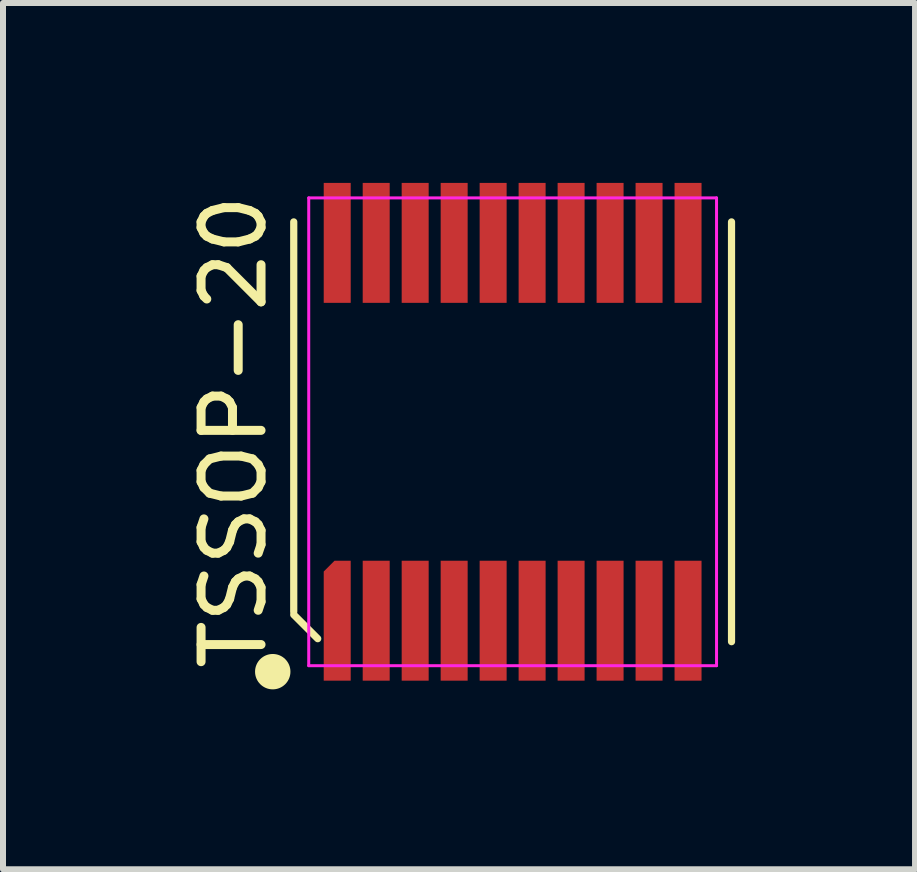
<source format=kicad_pcb>
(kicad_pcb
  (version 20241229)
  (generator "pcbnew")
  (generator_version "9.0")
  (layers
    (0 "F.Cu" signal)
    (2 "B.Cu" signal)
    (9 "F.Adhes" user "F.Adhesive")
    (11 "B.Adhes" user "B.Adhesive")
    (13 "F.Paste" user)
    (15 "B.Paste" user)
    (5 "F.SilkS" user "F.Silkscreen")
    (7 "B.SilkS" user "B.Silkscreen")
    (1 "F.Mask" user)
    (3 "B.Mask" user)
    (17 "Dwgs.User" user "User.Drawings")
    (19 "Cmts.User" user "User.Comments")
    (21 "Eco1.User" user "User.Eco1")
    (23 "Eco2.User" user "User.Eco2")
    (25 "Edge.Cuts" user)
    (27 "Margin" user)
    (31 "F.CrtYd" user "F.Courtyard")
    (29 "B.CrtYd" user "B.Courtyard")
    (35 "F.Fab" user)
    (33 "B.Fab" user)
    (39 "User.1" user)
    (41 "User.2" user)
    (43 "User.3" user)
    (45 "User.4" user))
  (footprint "TSSOP-20"
    (layer "F.Cu")
    (at 5.498 4.15)
    (property "Reference" "TSSOP-20" (at -4.65 0 90) (layer "F.SilkS") (effects (font (size 1 1) (thickness 0.15))))
    (attr through_hole)
    (fp_line (start -3.65 3) (end -3.65 -3.5) (stroke (width 0.12) (type solid)) (layer "F.SilkS"))
    (fp_line (start -3.25 3.45) (end -3.65 3.05) (stroke (width 0.12) (type solid)) (layer "F.SilkS"))
    (fp_line (start 3.65 -3.5) (end 3.65 3.5) (stroke (width 0.12) (type solid)) (layer "F.SilkS"))
    (fp_circle (center -4 4) (end -3.855 4) (stroke (width 0.3) (type solid)) (fill yes) (layer "F.SilkS"))
    (fp_line (start -3.4 -3.9) (end 3.4 -3.9) (stroke (width 0.05) (type solid)) (layer "F.CrtYd"))
    (fp_line (start -3.4 3.9) (end -3.4 -3.9) (stroke (width 0.05) (type solid)) (layer "F.CrtYd"))
    (fp_line (start 3.4 -3.9) (end 3.4 3.9) (stroke (width 0.05) (type solid)) (layer "F.CrtYd"))
    (fp_line (start 3.4 3.9) (end -3.4 3.9) (stroke (width 0.05) (type solid)) (layer "F.CrtYd"))
    (pad "1" smd roundrect (at -2.925 2.9) (size 0.45 2) (drill (offset 0 0.25)) (layers "F.Cu" "F.Mask" "F.Paste") (roundrect_rratio 0) (chamfer_ratio 0.4) (chamfer top_left))
    (pad "2" smd rect (at -2.275 2.9) (size 0.45 2) (drill (offset 0 0.25)) (layers "F.Cu" "F.Mask" "F.Paste"))
    (pad "3" smd rect (at -1.625 2.9) (size 0.45 2) (drill (offset 0 0.25)) (layers "F.Cu" "F.Mask" "F.Paste"))
    (pad "4" smd rect (at -0.975 2.9) (size 0.45 2) (drill (offset 0 0.25)) (layers "F.Cu" "F.Mask" "F.Paste"))
    (pad "5" smd rect (at -0.325 2.9) (size 0.45 2) (drill (offset 0 0.25)) (layers "F.Cu" "F.Mask" "F.Paste"))
    (pad "6" smd rect (at 0.325 2.9) (size 0.45 2) (drill (offset 0 0.25)) (layers "F.Cu" "F.Mask" "F.Paste"))
    (pad "7" smd rect (at 0.975 2.9) (size 0.45 2) (drill (offset 0 0.25)) (layers "F.Cu" "F.Mask" "F.Paste"))
    (pad "8" smd rect (at 1.625 2.9) (size 0.45 2) (drill (offset 0 0.25)) (layers "F.Cu" "F.Mask" "F.Paste"))
    (pad "9" smd rect (at 2.275 2.9) (size 0.45 2) (drill (offset 0 0.25)) (layers "F.Cu" "F.Mask" "F.Paste"))
    (pad "10" smd rect (at 2.925 2.9) (size 0.45 2) (drill (offset 0 0.25)) (layers "F.Cu" "F.Mask" "F.Paste"))
    (pad "11" smd rect (at 2.925 -2.9) (size 0.45 2) (drill (offset 0 -0.25)) (layers "F.Cu" "F.Mask" "F.Paste"))
    (pad "12" smd rect (at 2.275 -2.9) (size 0.45 2) (drill (offset 0 -0.25)) (layers "F.Cu" "F.Mask" "F.Paste"))
    (pad "13" smd rect (at 1.625 -2.9) (size 0.45 2) (drill (offset 0 -0.25)) (layers "F.Cu" "F.Mask" "F.Paste"))
    (pad "14" smd rect (at 0.975 -2.9) (size 0.45 2) (drill (offset 0 -0.25)) (layers "F.Cu" "F.Mask" "F.Paste"))
    (pad "15" smd rect (at 0.325 -2.9) (size 0.45 2) (drill (offset 0 -0.25)) (layers "F.Cu" "F.Mask" "F.Paste"))
    (pad "16" smd rect (at -0.325 -2.9) (size 0.45 2) (drill (offset 0 -0.25)) (layers "F.Cu" "F.Mask" "F.Paste"))
    (pad "17" smd rect (at -0.975 -2.9) (size 0.45 2) (drill (offset 0 -0.25)) (layers "F.Cu" "F.Mask" "F.Paste"))
    (pad "18" smd rect (at -1.625 -2.9) (size 0.45 2) (drill (offset 0 -0.25)) (layers "F.Cu" "F.Mask" "F.Paste"))
    (pad "19" smd rect (at -2.275 -2.9) (size 0.45 2) (drill (offset 0 -0.25)) (layers "F.Cu" "F.Mask" "F.Paste"))
    (pad "20" smd rect (at -2.925 -2.9) (size 0.45 2) (drill (offset 0 -0.25)) (layers "F.Cu" "F.Mask" "F.Paste")))
  (gr_rect
    (start -3 -3)
    (end 12.208 11.445)
    (stroke (width 0.1) (type default))
    (fill no)
    (layer "Edge.Cuts")))
</source>
